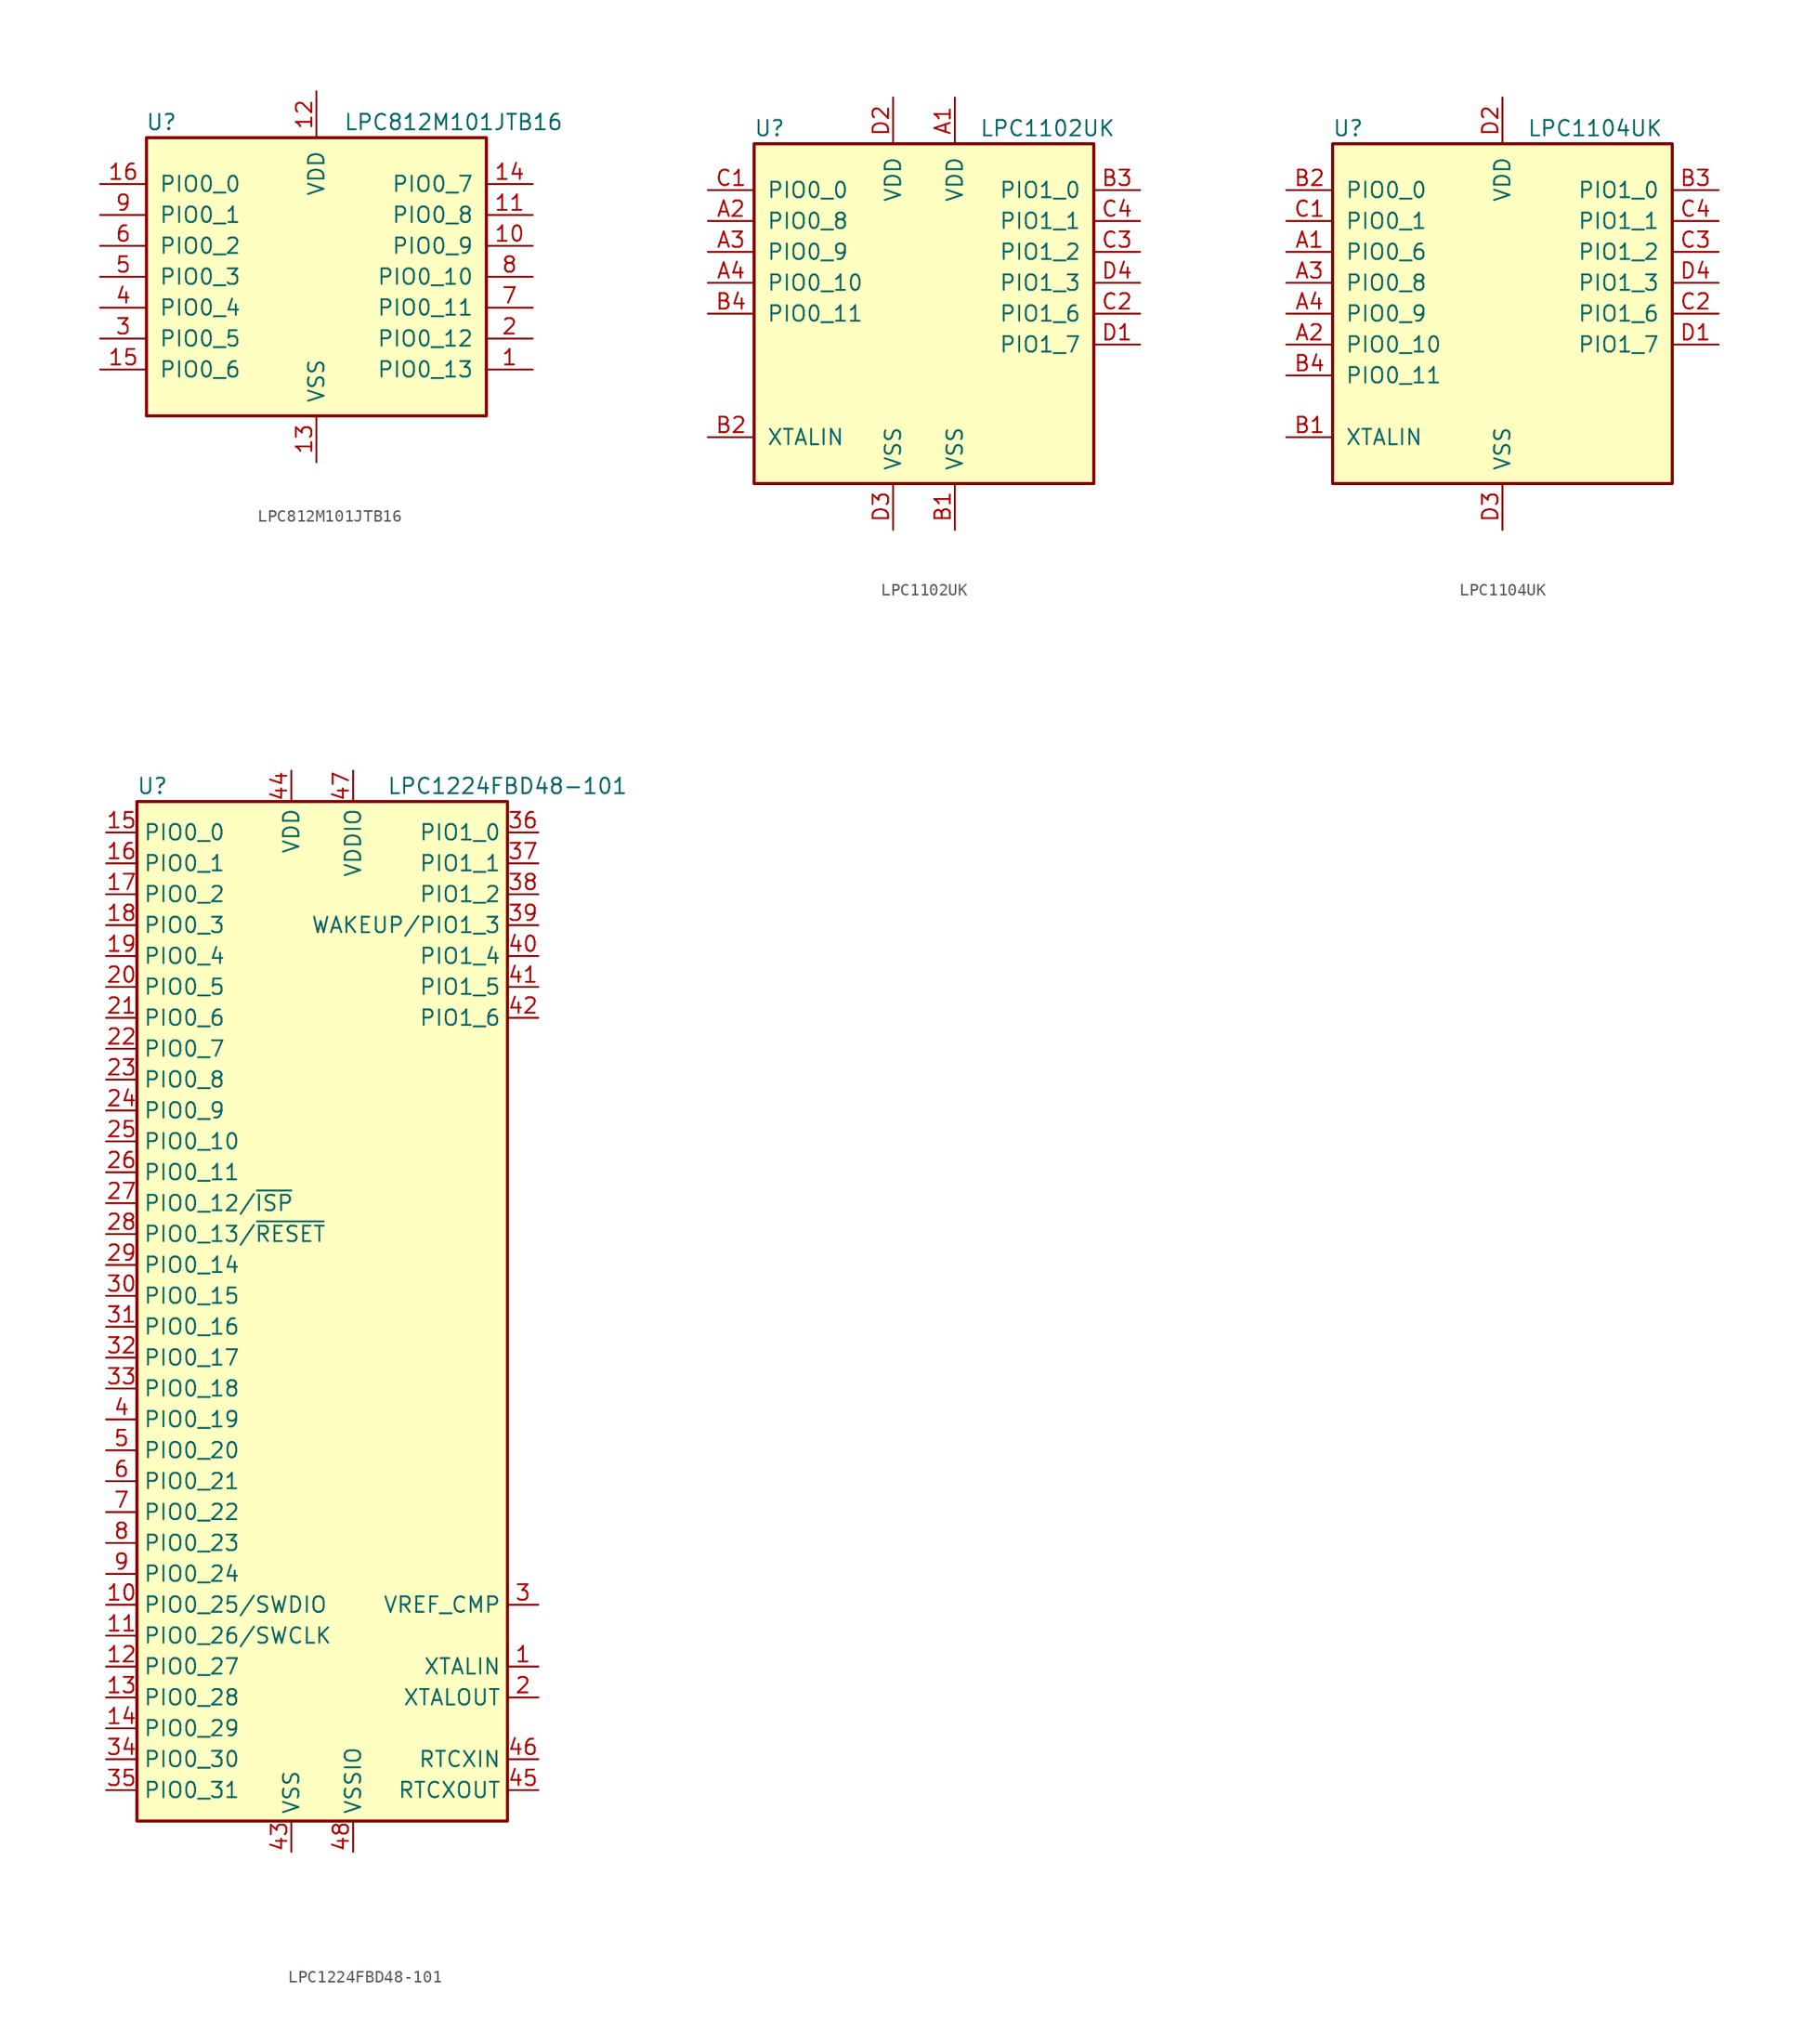
<source format=kicad_sym>
(kicad_symbol_lib
  (version 20211014)
  (generator kicad_symbol_editor)
  (symbol "LPC812M101JTB16"
    (pin_names
      (offset 1.016))
    (property "Reference" "U"
      (at -11.43 12.7 0)
      (effects (font (size 1.27 1.27)) (justify right)))
    (property "Value" "LPC812M101JTB16"
      (at 20.32 12.7 0)
      (effects (font (size 1.27 1.27)) (justify right)))
    (symbol "LPC812M101JTB16_0_1"
      (rectangle (start 13.97 11.43) (end -13.97 -11.43) (stroke (width 0.254) (type default) (color 0 0 0 0)) (fill (type background))))
    (symbol "LPC812M101JTB16_1_1"
      (pin bidirectional line (at 17.78 -7.62 180) (length 3.81) (name "PIO0_13" (effects (font (size 1.27 1.27)))) (number "1" (effects (font (size 1.27 1.27)))))
      (pin bidirectional line (at 17.78 2.54 180) (length 3.81) (name "PIO0_9" (effects (font (size 1.27 1.27)))) (number "10" (effects (font (size 1.27 1.27)))))
      (pin bidirectional line (at 17.78 5.08 180) (length 3.81) (name "PIO0_8" (effects (font (size 1.27 1.27)))) (number "11" (effects (font (size 1.27 1.27)))))
      (pin power_in line (at 0 15.24 270) (length 3.81) (name "VDD" (effects (font (size 1.27 1.27)))) (number "12" (effects (font (size 1.27 1.27)))))
      (pin power_in line (at 0 -15.24 90) (length 3.81) (name "VSS" (effects (font (size 1.27 1.27)))) (number "13" (effects (font (size 1.27 1.27)))))
      (pin bidirectional line (at 17.78 7.62 180) (length 3.81) (name "PIO0_7" (effects (font (size 1.27 1.27)))) (number "14" (effects (font (size 1.27 1.27)))))
      (pin bidirectional line (at -17.78 -7.62 0) (length 3.81) (name "PIO0_6" (effects (font (size 1.27 1.27)))) (number "15" (effects (font (size 1.27 1.27)))))
      (pin bidirectional line (at -17.78 7.62 0) (length 3.81) (name "PIO0_0" (effects (font (size 1.27 1.27)))) (number "16" (effects (font (size 1.27 1.27)))))
      (pin bidirectional line (at 17.78 -5.08 180) (length 3.81) (name "PIO0_12" (effects (font (size 1.27 1.27)))) (number "2" (effects (font (size 1.27 1.27)))))
      (pin bidirectional line (at -17.78 -5.08 0) (length 3.81) (name "PIO0_5" (effects (font (size 1.27 1.27)))) (number "3" (effects (font (size 1.27 1.27)))))
      (pin bidirectional line (at -17.78 -2.54 0) (length 3.81) (name "PIO0_4" (effects (font (size 1.27 1.27)))) (number "4" (effects (font (size 1.27 1.27)))))
      (pin bidirectional line (at -17.78 0 0) (length 3.81) (name "PIO0_3" (effects (font (size 1.27 1.27)))) (number "5" (effects (font (size 1.27 1.27)))))
      (pin bidirectional line (at -17.78 2.54 0) (length 3.81) (name "PIO0_2" (effects (font (size 1.27 1.27)))) (number "6" (effects (font (size 1.27 1.27)))))
      (pin bidirectional line (at 17.78 -2.54 180) (length 3.81) (name "PIO0_11" (effects (font (size 1.27 1.27)))) (number "7" (effects (font (size 1.27 1.27)))))
      (pin bidirectional line (at 17.78 0 180) (length 3.81) (name "PIO0_10" (effects (font (size 1.27 1.27)))) (number "8" (effects (font (size 1.27 1.27)))))
      (pin bidirectional line (at -17.78 5.08 0) (length 3.81) (name "PIO0_1" (effects (font (size 1.27 1.27)))) (number "9" (effects (font (size 1.27 1.27)))))))
  (symbol "LPC1102UK"
    (pin_names
      (offset 1.016))
    (property "Reference" "U"
      (at -12.7 15.24 0)
      (effects (font (size 1.27 1.27))))
    (property "Value" "LPC1102UK"
      (at 10.16 15.24 0)
      (effects (font (size 1.27 1.27))))
    (symbol "LPC1102UK_0_1"
      (rectangle (start -13.97 13.97) (end 13.97 -13.97) (stroke (width 0.254) (type default) (color 0 0 0 0)) (fill (type background))))
    (symbol "LPC1102UK_1_1"
      (pin power_in line (at 2.54 17.78 270) (length 3.81) (name "VDD" (effects (font (size 1.27 1.27)))) (number "A1" (effects (font (size 1.27 1.27)))))
      (pin bidirectional line (at -17.78 7.62 0) (length 3.81) (name "PIO0_8" (effects (font (size 1.27 1.27)))) (number "A2" (effects (font (size 1.27 1.27)))))
      (pin bidirectional line (at -17.78 5.08 0) (length 3.81) (name "PIO0_9" (effects (font (size 1.27 1.27)))) (number "A3" (effects (font (size 1.27 1.27)))))
      (pin bidirectional line (at -17.78 2.54 0) (length 3.81) (name "PIO0_10" (effects (font (size 1.27 1.27)))) (number "A4" (effects (font (size 1.27 1.27)))))
      (pin power_in line (at 2.54 -17.78 90) (length 3.81) (name "VSS" (effects (font (size 1.27 1.27)))) (number "B1" (effects (font (size 1.27 1.27)))))
      (pin input line (at -17.78 -10.16 0) (length 3.81) (name "XTALIN" (effects (font (size 1.27 1.27)))) (number "B2" (effects (font (size 1.27 1.27)))))
      (pin bidirectional line (at 17.78 10.16 180) (length 3.81) (name "PIO1_0" (effects (font (size 1.27 1.27)))) (number "B3" (effects (font (size 1.27 1.27)))))
      (pin bidirectional line (at -17.78 0 0) (length 3.81) (name "PIO0_11" (effects (font (size 1.27 1.27)))) (number "B4" (effects (font (size 1.27 1.27)))))
      (pin bidirectional line (at -17.78 10.16 0) (length 3.81) (name "PIO0_0" (effects (font (size 1.27 1.27)))) (number "C1" (effects (font (size 1.27 1.27)))))
      (pin bidirectional line (at 17.78 0 180) (length 3.81) (name "PIO1_6" (effects (font (size 1.27 1.27)))) (number "C2" (effects (font (size 1.27 1.27)))))
      (pin bidirectional line (at 17.78 5.08 180) (length 3.81) (name "PIO1_2" (effects (font (size 1.27 1.27)))) (number "C3" (effects (font (size 1.27 1.27)))))
      (pin bidirectional line (at 17.78 7.62 180) (length 3.81) (name "PIO1_1" (effects (font (size 1.27 1.27)))) (number "C4" (effects (font (size 1.27 1.27)))))
      (pin bidirectional line (at 17.78 -2.54 180) (length 3.81) (name "PIO1_7" (effects (font (size 1.27 1.27)))) (number "D1" (effects (font (size 1.27 1.27)))))
      (pin power_in line (at -2.54 17.78 270) (length 3.81) (name "VDD" (effects (font (size 1.27 1.27)))) (number "D2" (effects (font (size 1.27 1.27)))))
      (pin power_in line (at -2.54 -17.78 90) (length 3.81) (name "VSS" (effects (font (size 1.27 1.27)))) (number "D3" (effects (font (size 1.27 1.27)))))
      (pin bidirectional line (at 17.78 2.54 180) (length 3.81) (name "PIO1_3" (effects (font (size 1.27 1.27)))) (number "D4" (effects (font (size 1.27 1.27)))))))
  (symbol "LPC1104UK"
    (pin_names
      (offset 1.016))
    (property "Reference" "U"
      (at -12.7 15.24 0)
      (effects (font (size 1.27 1.27))))
    (property "Value" "LPC1104UK"
      (at 7.62 15.24 0)
      (effects (font (size 1.27 1.27))))
    (symbol "LPC1104UK_0_1"
      (rectangle (start -13.97 13.97) (end 13.97 -13.97) (stroke (width 0.254) (type default) (color 0 0 0 0)) (fill (type background))))
    (symbol "LPC1104UK_1_1"
      (pin bidirectional line (at -17.78 5.08 0) (length 3.81) (name "PIO0_6" (effects (font (size 1.27 1.27)))) (number "A1" (effects (font (size 1.27 1.27)))))
      (pin bidirectional line (at -17.78 -2.54 0) (length 3.81) (name "PIO0_10" (effects (font (size 1.27 1.27)))) (number "A2" (effects (font (size 1.27 1.27)))))
      (pin bidirectional line (at -17.78 2.54 0) (length 3.81) (name "PIO0_8" (effects (font (size 1.27 1.27)))) (number "A3" (effects (font (size 1.27 1.27)))))
      (pin bidirectional line (at -17.78 0 0) (length 3.81) (name "PIO0_9" (effects (font (size 1.27 1.27)))) (number "A4" (effects (font (size 1.27 1.27)))))
      (pin input line (at -17.78 -10.16 0) (length 3.81) (name "XTALIN" (effects (font (size 1.27 1.27)))) (number "B1" (effects (font (size 1.27 1.27)))))
      (pin bidirectional line (at -17.78 10.16 0) (length 3.81) (name "PIO0_0" (effects (font (size 1.27 1.27)))) (number "B2" (effects (font (size 1.27 1.27)))))
      (pin bidirectional line (at 17.78 10.16 180) (length 3.81) (name "PIO1_0" (effects (font (size 1.27 1.27)))) (number "B3" (effects (font (size 1.27 1.27)))))
      (pin bidirectional line (at -17.78 -5.08 0) (length 3.81) (name "PIO0_11" (effects (font (size 1.27 1.27)))) (number "B4" (effects (font (size 1.27 1.27)))))
      (pin bidirectional line (at -17.78 7.62 0) (length 3.81) (name "PIO0_1" (effects (font (size 1.27 1.27)))) (number "C1" (effects (font (size 1.27 1.27)))))
      (pin bidirectional line (at 17.78 0 180) (length 3.81) (name "PIO1_6" (effects (font (size 1.27 1.27)))) (number "C2" (effects (font (size 1.27 1.27)))))
      (pin bidirectional line (at 17.78 5.08 180) (length 3.81) (name "PIO1_2" (effects (font (size 1.27 1.27)))) (number "C3" (effects (font (size 1.27 1.27)))))
      (pin bidirectional line (at 17.78 7.62 180) (length 3.81) (name "PIO1_1" (effects (font (size 1.27 1.27)))) (number "C4" (effects (font (size 1.27 1.27)))))
      (pin bidirectional line (at 17.78 -2.54 180) (length 3.81) (name "PIO1_7" (effects (font (size 1.27 1.27)))) (number "D1" (effects (font (size 1.27 1.27)))))
      (pin power_in line (at 0 17.78 270) (length 3.81) (name "VDD" (effects (font (size 1.27 1.27)))) (number "D2" (effects (font (size 1.27 1.27)))))
      (pin power_in line (at 0 -17.78 90) (length 3.81) (name "VSS" (effects (font (size 1.27 1.27)))) (number "D3" (effects (font (size 1.27 1.27)))))
      (pin bidirectional line (at 17.78 2.54 180) (length 3.81) (name "PIO1_3" (effects (font (size 1.27 1.27)))) (number "D4" (effects (font (size 1.27 1.27)))))))
  (symbol "LPC1224FBD48-101"
    (property "Reference" "U"
      (at -13.97 44.45 0)
      (effects (font (size 1.27 1.27))))
    (property "Value" "LPC1224FBD48-101"
      (at 15.24 44.45 0)
      (effects (font (size 1.27 1.27))))
    (symbol "LPC1224FBD48-101_0_1"
      (rectangle (start -15.24 43.18) (end 15.24 -40.64) (stroke (width 0.254) (type default) (color 0 0 0 0)) (fill (type background))))
    (symbol "LPC1224FBD48-101_1_1"
      (pin input line (at 17.78 -27.94 180) (length 2.54) (name "XTALIN" (effects (font (size 1.27 1.27)))) (number "1" (effects (font (size 1.27 1.27)))))
      (pin bidirectional line (at -17.78 -22.86 0) (length 2.54) (name "PIO0_25/SWDIO" (effects (font (size 1.27 1.27)))) (number "10" (effects (font (size 1.27 1.27)))))
      (pin bidirectional line (at -17.78 -25.4 0) (length 2.54) (name "PIO0_26/SWCLK" (effects (font (size 1.27 1.27)))) (number "11" (effects (font (size 1.27 1.27)))))
      (pin bidirectional line (at -17.78 -27.94 0) (length 2.54) (name "PIO0_27" (effects (font (size 1.27 1.27)))) (number "12" (effects (font (size 1.27 1.27)))))
      (pin bidirectional line (at -17.78 -30.48 0) (length 2.54) (name "PIO0_28" (effects (font (size 1.27 1.27)))) (number "13" (effects (font (size 1.27 1.27)))))
      (pin bidirectional line (at -17.78 -33.02 0) (length 2.54) (name "PIO0_29" (effects (font (size 1.27 1.27)))) (number "14" (effects (font (size 1.27 1.27)))))
      (pin bidirectional line (at -17.78 40.64 0) (length 2.54) (name "PIO0_0" (effects (font (size 1.27 1.27)))) (number "15" (effects (font (size 1.27 1.27)))))
      (pin bidirectional line (at -17.78 38.1 0) (length 2.54) (name "PIO0_1" (effects (font (size 1.27 1.27)))) (number "16" (effects (font (size 1.27 1.27)))))
      (pin bidirectional line (at -17.78 35.56 0) (length 2.54) (name "PIO0_2" (effects (font (size 1.27 1.27)))) (number "17" (effects (font (size 1.27 1.27)))))
      (pin bidirectional line (at -17.78 33.02 0) (length 2.54) (name "PIO0_3" (effects (font (size 1.27 1.27)))) (number "18" (effects (font (size 1.27 1.27)))))
      (pin bidirectional line (at -17.78 30.48 0) (length 2.54) (name "PIO0_4" (effects (font (size 1.27 1.27)))) (number "19" (effects (font (size 1.27 1.27)))))
      (pin output line (at 17.78 -30.48 180) (length 2.54) (name "XTALOUT" (effects (font (size 1.27 1.27)))) (number "2" (effects (font (size 1.27 1.27)))))
      (pin bidirectional line (at -17.78 27.94 0) (length 2.54) (name "PIO0_5" (effects (font (size 1.27 1.27)))) (number "20" (effects (font (size 1.27 1.27)))))
      (pin bidirectional line (at -17.78 25.4 0) (length 2.54) (name "PIO0_6" (effects (font (size 1.27 1.27)))) (number "21" (effects (font (size 1.27 1.27)))))
      (pin bidirectional line (at -17.78 22.86 0) (length 2.54) (name "PIO0_7" (effects (font (size 1.27 1.27)))) (number "22" (effects (font (size 1.27 1.27)))))
      (pin bidirectional line (at -17.78 20.32 0) (length 2.54) (name "PIO0_8" (effects (font (size 1.27 1.27)))) (number "23" (effects (font (size 1.27 1.27)))))
      (pin bidirectional line (at -17.78 17.78 0) (length 2.54) (name "PIO0_9" (effects (font (size 1.27 1.27)))) (number "24" (effects (font (size 1.27 1.27)))))
      (pin bidirectional line (at -17.78 15.24 0) (length 2.54) (name "PIO0_10" (effects (font (size 1.27 1.27)))) (number "25" (effects (font (size 1.27 1.27)))))
      (pin bidirectional line (at -17.78 12.7 0) (length 2.54) (name "PIO0_11" (effects (font (size 1.27 1.27)))) (number "26" (effects (font (size 1.27 1.27)))))
      (pin bidirectional line (at -17.78 10.16 0) (length 2.54) (name "PIO0_12/~{ISP}" (effects (font (size 1.27 1.27)))) (number "27" (effects (font (size 1.27 1.27)))))
      (pin bidirectional line (at -17.78 7.62 0) (length 2.54) (name "PIO0_13/~{RESET}" (effects (font (size 1.27 1.27)))) (number "28" (effects (font (size 1.27 1.27)))))
      (pin bidirectional line (at -17.78 5.08 0) (length 2.54) (name "PIO0_14" (effects (font (size 1.27 1.27)))) (number "29" (effects (font (size 1.27 1.27)))))
      (pin input line (at 17.78 -22.86 180) (length 2.54) (name "VREF_CMP" (effects (font (size 1.27 1.27)))) (number "3" (effects (font (size 1.27 1.27)))))
      (pin bidirectional line (at -17.78 2.54 0) (length 2.54) (name "PIO0_15" (effects (font (size 1.27 1.27)))) (number "30" (effects (font (size 1.27 1.27)))))
      (pin bidirectional line (at -17.78 0 0) (length 2.54) (name "PIO0_16" (effects (font (size 1.27 1.27)))) (number "31" (effects (font (size 1.27 1.27)))))
      (pin bidirectional line (at -17.78 -2.54 0) (length 2.54) (name "PIO0_17" (effects (font (size 1.27 1.27)))) (number "32" (effects (font (size 1.27 1.27)))))
      (pin bidirectional line (at -17.78 -5.08 0) (length 2.54) (name "PIO0_18" (effects (font (size 1.27 1.27)))) (number "33" (effects (font (size 1.27 1.27)))))
      (pin bidirectional line (at -17.78 -35.56 0) (length 2.54) (name "PIO0_30" (effects (font (size 1.27 1.27)))) (number "34" (effects (font (size 1.27 1.27)))))
      (pin bidirectional line (at -17.78 -38.1 0) (length 2.54) (name "PIO0_31" (effects (font (size 1.27 1.27)))) (number "35" (effects (font (size 1.27 1.27)))))
      (pin bidirectional line (at 17.78 40.64 180) (length 2.54) (name "PIO1_0" (effects (font (size 1.27 1.27)))) (number "36" (effects (font (size 1.27 1.27)))))
      (pin bidirectional line (at 17.78 38.1 180) (length 2.54) (name "PIO1_1" (effects (font (size 1.27 1.27)))) (number "37" (effects (font (size 1.27 1.27)))))
      (pin bidirectional line (at 17.78 35.56 180) (length 2.54) (name "PIO1_2" (effects (font (size 1.27 1.27)))) (number "38" (effects (font (size 1.27 1.27)))))
      (pin bidirectional line (at 17.78 33.02 180) (length 2.54) (name "WAKEUP/PIO1_3" (effects (font (size 1.27 1.27)))) (number "39" (effects (font (size 1.27 1.27)))))
      (pin bidirectional line (at -17.78 -7.62 0) (length 2.54) (name "PIO0_19" (effects (font (size 1.27 1.27)))) (number "4" (effects (font (size 1.27 1.27)))))
      (pin bidirectional line (at 17.78 30.48 180) (length 2.54) (name "PIO1_4" (effects (font (size 1.27 1.27)))) (number "40" (effects (font (size 1.27 1.27)))))
      (pin bidirectional line (at 17.78 27.94 180) (length 2.54) (name "PIO1_5" (effects (font (size 1.27 1.27)))) (number "41" (effects (font (size 1.27 1.27)))))
      (pin bidirectional line (at 17.78 25.4 180) (length 2.54) (name "PIO1_6" (effects (font (size 1.27 1.27)))) (number "42" (effects (font (size 1.27 1.27)))))
      (pin power_in line (at -2.54 -43.18 90) (length 2.54) (name "VSS" (effects (font (size 1.27 1.27)))) (number "43" (effects (font (size 1.27 1.27)))))
      (pin power_in line (at -2.54 45.72 270) (length 2.54) (name "VDD" (effects (font (size 1.27 1.27)))) (number "44" (effects (font (size 1.27 1.27)))))
      (pin output line (at 17.78 -38.1 180) (length 2.54) (name "RTCXOUT" (effects (font (size 1.27 1.27)))) (number "45" (effects (font (size 1.27 1.27)))))
      (pin input line (at 17.78 -35.56 180) (length 2.54) (name "RTCXIN" (effects (font (size 1.27 1.27)))) (number "46" (effects (font (size 1.27 1.27)))))
      (pin power_in line (at 2.54 45.72 270) (length 2.54) (name "VDDIO" (effects (font (size 1.27 1.27)))) (number "47" (effects (font (size 1.27 1.27)))))
      (pin power_in line (at 2.54 -43.18 90) (length 2.54) (name "VSSIO" (effects (font (size 1.27 1.27)))) (number "48" (effects (font (size 1.27 1.27)))))
      (pin bidirectional line (at -17.78 -10.16 0) (length 2.54) (name "PIO0_20" (effects (font (size 1.27 1.27)))) (number "5" (effects (font (size 1.27 1.27)))))
      (pin bidirectional line (at -17.78 -12.7 0) (length 2.54) (name "PIO0_21" (effects (font (size 1.27 1.27)))) (number "6" (effects (font (size 1.27 1.27)))))
      (pin bidirectional line (at -17.78 -15.24 0) (length 2.54) (name "PIO0_22" (effects (font (size 1.27 1.27)))) (number "7" (effects (font (size 1.27 1.27)))))
      (pin bidirectional line (at -17.78 -17.78 0) (length 2.54) (name "PIO0_23" (effects (font (size 1.27 1.27)))) (number "8" (effects (font (size 1.27 1.27)))))
      (pin bidirectional line (at -17.78 -20.32 0) (length 2.54) (name "PIO0_24" (effects (font (size 1.27 1.27)))) (number "9" (effects (font (size 1.27 1.27))))))))
</source>
